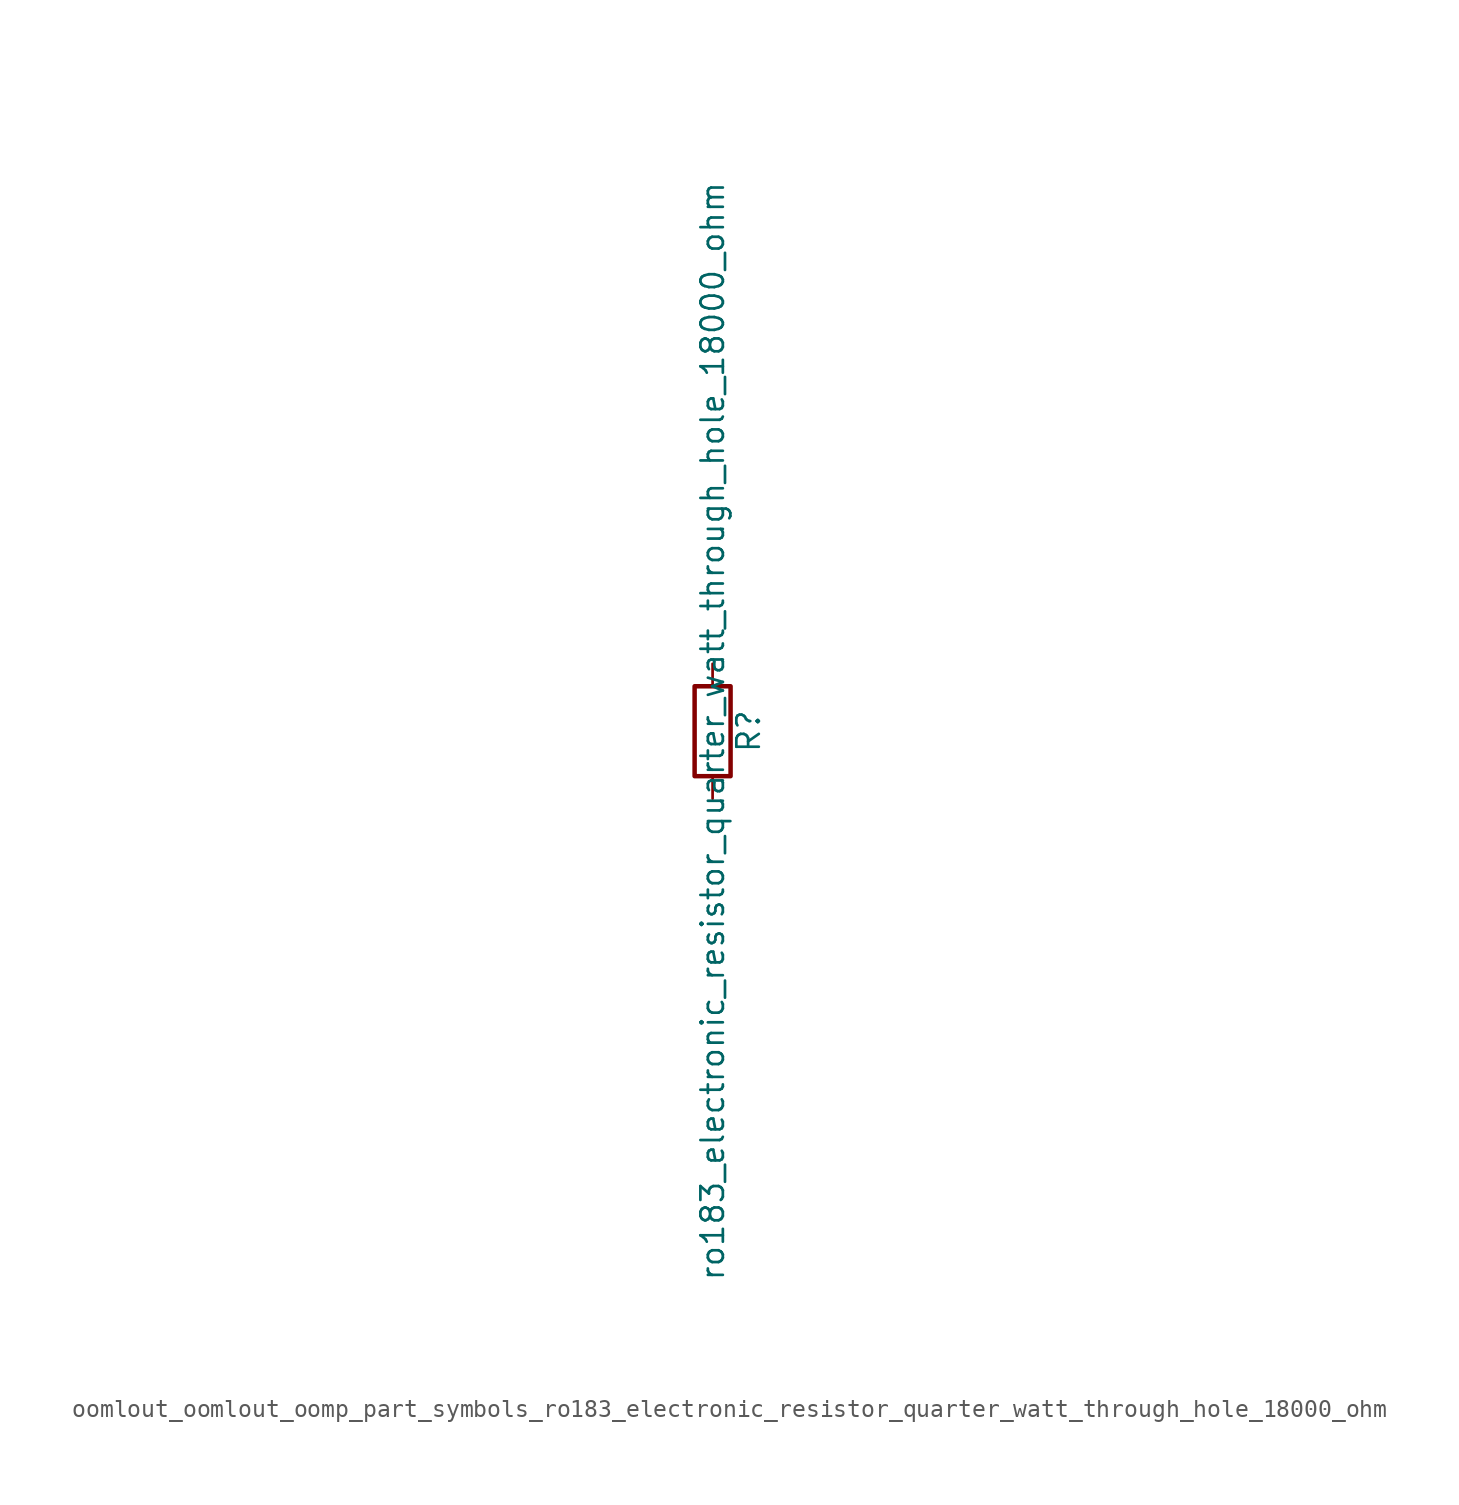
<source format=kicad_sym>
(kicad_symbol_lib
  (version 20220914)
  (generator kicad_symbol_editor)
  (symbol "oomlout_oomlout_oomp_part_symbols_ro183_electronic_resistor_quarter_watt_through_hole_18000_ohm"
    (pin_numbers hide)
    (pin_names
      (offset 0))
    (property "Reference" "R"
      (at 2.032 0 90)
      (effects (font (size 1.27 1.27))))
    (property "Value" "ro183_electronic_resistor_quarter_watt_through_hole_18000_ohm"
      (at 0 0 90)
      (effects (font (size 1.27 1.27))))
    (symbol "oomlout_oomlout_oomp_part_symbols_ro183_electronic_resistor_quarter_watt_through_hole_18000_ohm_0_1"
      (rectangle (start -1.016 -2.54) (end 1.016 2.54) (stroke (width 0.254) (type default)) (fill (type none))))
    (symbol "oomlout_oomlout_oomp_part_symbols_ro183_electronic_resistor_quarter_watt_through_hole_18000_ohm_1_1"
      (pin passive line (at 0 3.81 270) (length 1.27) (name "~" (effects (font (size 1.27 1.27)))) (number "1" (effects (font (size 1.27 1.27)))))
      (pin passive line (at 0 -3.81 90) (length 1.27) (name "~" (effects (font (size 1.27 1.27)))) (number "2" (effects (font (size 1.27 1.27))))))))
</source>
